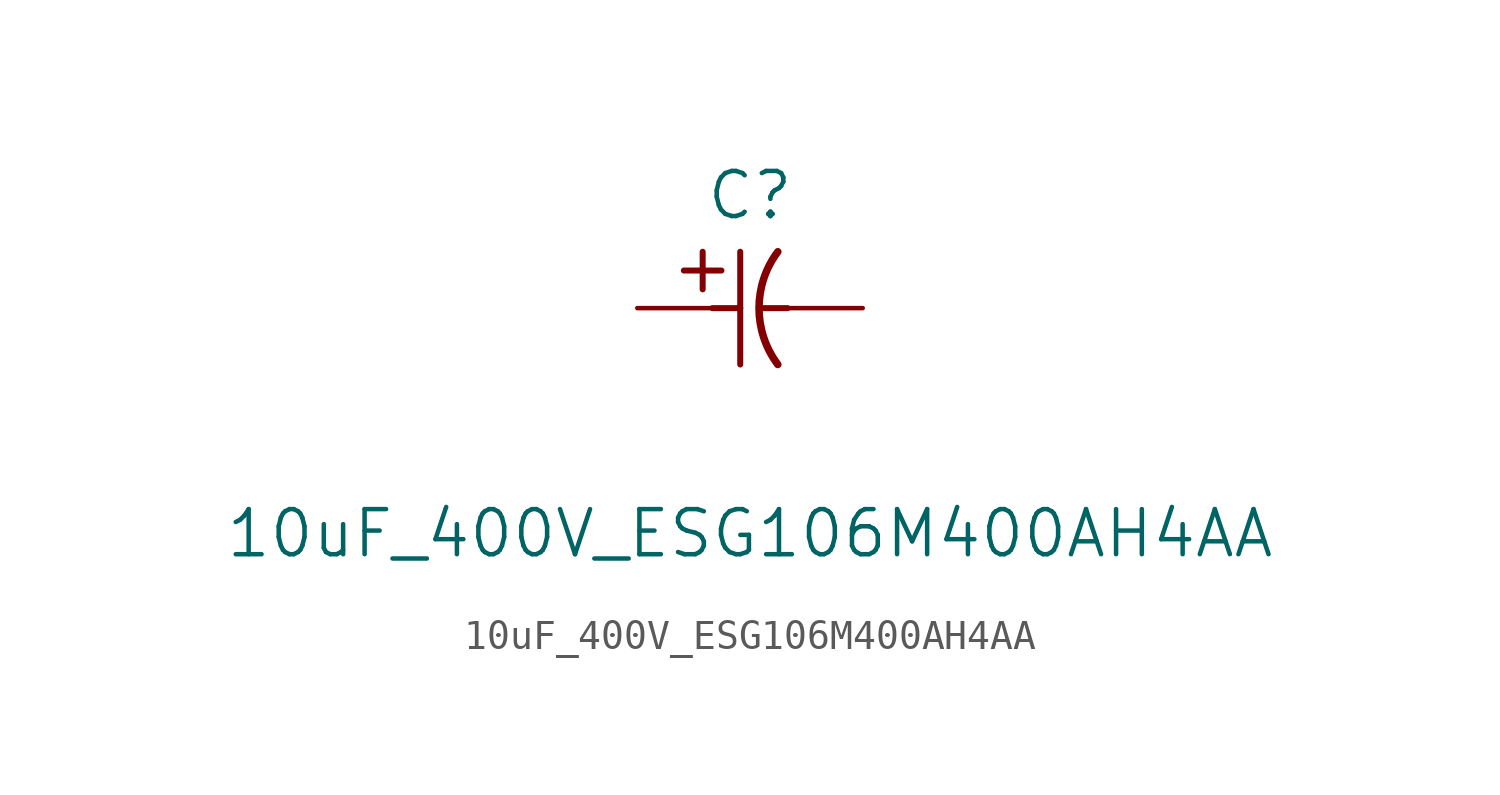
<source format=kicad_sym>
(kicad_symbol_lib
  (version 20220914)
  (generator kicad_symbol_editor)
  (symbol "10uF_400V_ESG106M400AH4AA"
    (pin_numbers hide)
    (pin_names
      (offset 1.651) hide)
    (property "Reference" "C"
      (at 3.81 3.81 0)
      (effects (font (size 1.524 1.524))))
    (property "Value" "10uF_400V_ESG106M400AH4AA"
      (at 3.81 -7.62 0)
      (effects (font (size 1.524 1.524))))
    (property "Datasheet" ""
      (at 0 0 0)
      (effects (font (size 1.524 1.524))))
    (property "ki_locked" ""
      (at 0 0 0)
      (effects (font (size 1.27 1.27))))
    (symbol "10uF_400V_ESG106M400AH4AA_1_1"
      (polyline (pts (xy 1.575 1.27) (xy 2.845 1.27)) (stroke (width 0.203) (type default)) (fill (type none)))
      (polyline (pts (xy 2.21 0.635) (xy 2.21 1.905)) (stroke (width 0.203) (type default)) (fill (type none)))
      (polyline (pts (xy 2.54 0) (xy 3.48 0)) (stroke (width 0.203) (type default)) (fill (type none)))
      (polyline (pts (xy 3.48 -1.905) (xy 3.48 1.905)) (stroke (width 0.203) (type default)) (fill (type none)))
      (polyline (pts (xy 4.115 0) (xy 5.08 0)) (stroke (width 0.203) (type default)) (fill (type none)))
      (arc (start 4.7498 1.905) (mid 4.1148 0) (end 4.7498 -1.905) (stroke (width 0.254) (type default)) (fill (type none)))
      (pin passive line (at 0 0 0) (length 2.54) (name "1" (effects (font (size 1.499 1.499)))) (number "1" (effects (font (size 1.499 1.499)))))
      (pin passive line (at 7.62 0 180) (length 2.54) (name "2" (effects (font (size 1.499 1.499)))) (number "2" (effects (font (size 1.499 1.499))))))))
</source>
